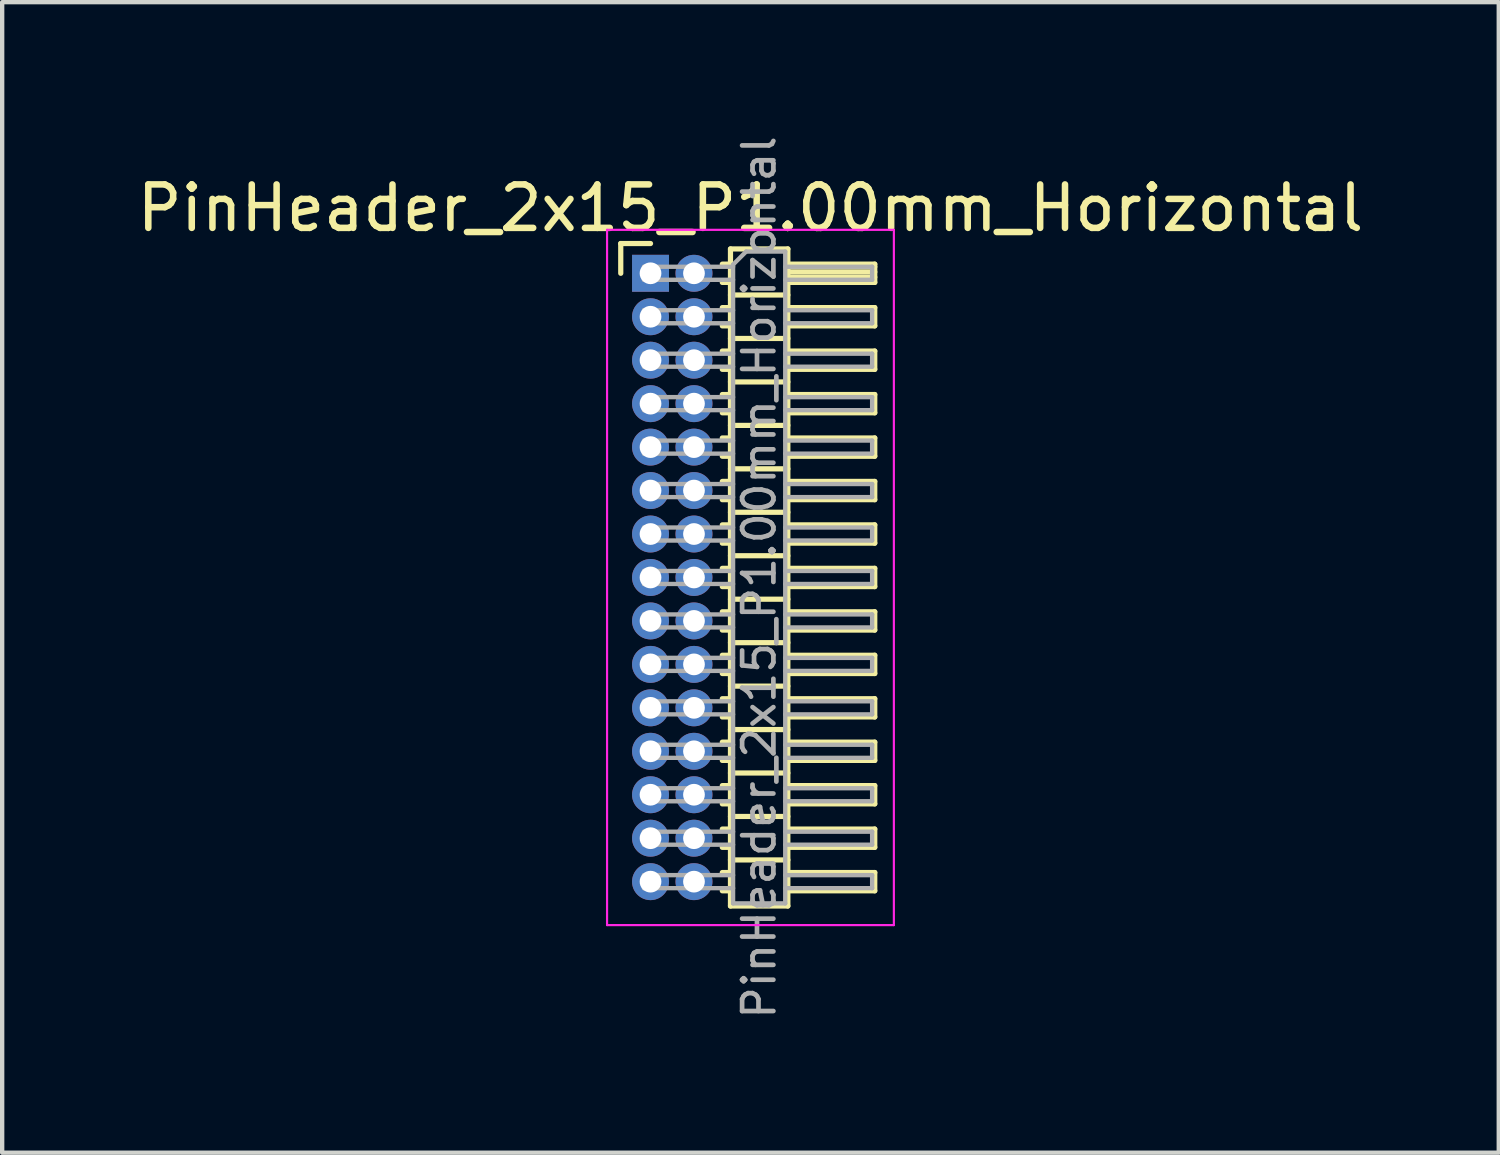
<source format=kicad_pcb>
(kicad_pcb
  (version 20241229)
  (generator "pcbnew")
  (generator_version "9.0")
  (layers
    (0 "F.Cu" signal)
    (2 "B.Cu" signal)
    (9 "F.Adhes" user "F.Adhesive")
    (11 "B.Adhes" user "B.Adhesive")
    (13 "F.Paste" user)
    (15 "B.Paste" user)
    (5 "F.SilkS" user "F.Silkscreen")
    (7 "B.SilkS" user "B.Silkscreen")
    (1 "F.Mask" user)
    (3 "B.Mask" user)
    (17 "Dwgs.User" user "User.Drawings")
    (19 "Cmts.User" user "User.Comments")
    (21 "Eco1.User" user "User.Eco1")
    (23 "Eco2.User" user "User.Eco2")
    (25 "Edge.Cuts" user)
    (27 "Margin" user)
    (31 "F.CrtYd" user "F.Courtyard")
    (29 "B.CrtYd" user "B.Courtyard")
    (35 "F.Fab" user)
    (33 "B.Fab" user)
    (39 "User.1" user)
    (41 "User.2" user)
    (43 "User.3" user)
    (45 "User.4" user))
  (footprint "PinHeader_2x15_P1.00mm_Horizontal"
    (layer "F.Cu")
    (at 11.92 3.239)
    (property "Reference" "PinHeader_2x15_P1.00mm_Horizontal" (at 2.3 -1.5 0) (layer "F.SilkS") (effects (font (size 1 1) (thickness 0.15))))
    (attr through_hole)
    (fp_line (start -0.685 -0.685) (end 0 -0.685) (stroke (width 0.12) (type solid)) (layer "F.SilkS"))
    (fp_line (start -0.685 0) (end -0.685 -0.685) (stroke (width 0.12) (type solid)) (layer "F.SilkS"))
    (fp_line (start 1.652 -0.21) (end 1.84 -0.21) (stroke (width 0.12) (type solid)) (layer "F.SilkS"))
    (fp_line (start 1.652 0.21) (end 1.84 0.21) (stroke (width 0.12) (type solid)) (layer "F.SilkS"))
    (fp_line (start 1.652 0.79) (end 1.84 0.79) (stroke (width 0.12) (type solid)) (layer "F.SilkS"))
    (fp_line (start 1.652 1.21) (end 1.84 1.21) (stroke (width 0.12) (type solid)) (layer "F.SilkS"))
    (fp_line (start 1.652 1.79) (end 1.84 1.79) (stroke (width 0.12) (type solid)) (layer "F.SilkS"))
    (fp_line (start 1.652 2.21) (end 1.84 2.21) (stroke (width 0.12) (type solid)) (layer "F.SilkS"))
    (fp_line (start 1.652 2.79) (end 1.84 2.79) (stroke (width 0.12) (type solid)) (layer "F.SilkS"))
    (fp_line (start 1.652 3.21) (end 1.84 3.21) (stroke (width 0.12) (type solid)) (layer "F.SilkS"))
    (fp_line (start 1.652 3.79) (end 1.84 3.79) (stroke (width 0.12) (type solid)) (layer "F.SilkS"))
    (fp_line (start 1.652 4.21) (end 1.84 4.21) (stroke (width 0.12) (type solid)) (layer "F.SilkS"))
    (fp_line (start 1.652 4.79) (end 1.84 4.79) (stroke (width 0.12) (type solid)) (layer "F.SilkS"))
    (fp_line (start 1.652 5.21) (end 1.84 5.21) (stroke (width 0.12) (type solid)) (layer "F.SilkS"))
    (fp_line (start 1.652 5.79) (end 1.84 5.79) (stroke (width 0.12) (type solid)) (layer "F.SilkS"))
    (fp_line (start 1.652 6.21) (end 1.84 6.21) (stroke (width 0.12) (type solid)) (layer "F.SilkS"))
    (fp_line (start 1.652 6.79) (end 1.84 6.79) (stroke (width 0.12) (type solid)) (layer "F.SilkS"))
    (fp_line (start 1.652 7.21) (end 1.84 7.21) (stroke (width 0.12) (type solid)) (layer "F.SilkS"))
    (fp_line (start 1.652 7.79) (end 1.84 7.79) (stroke (width 0.12) (type solid)) (layer "F.SilkS"))
    (fp_line (start 1.652 8.21) (end 1.84 8.21) (stroke (width 0.12) (type solid)) (layer "F.SilkS"))
    (fp_line (start 1.652 8.79) (end 1.84 8.79) (stroke (width 0.12) (type solid)) (layer "F.SilkS"))
    (fp_line (start 1.652 9.21) (end 1.84 9.21) (stroke (width 0.12) (type solid)) (layer "F.SilkS"))
    (fp_line (start 1.652 9.79) (end 1.84 9.79) (stroke (width 0.12) (type solid)) (layer "F.SilkS"))
    (fp_line (start 1.652 10.21) (end 1.84 10.21) (stroke (width 0.12) (type solid)) (layer "F.SilkS"))
    (fp_line (start 1.652 10.79) (end 1.84 10.79) (stroke (width 0.12) (type solid)) (layer "F.SilkS"))
    (fp_line (start 1.652 11.21) (end 1.84 11.21) (stroke (width 0.12) (type solid)) (layer "F.SilkS"))
    (fp_line (start 1.652 11.79) (end 1.84 11.79) (stroke (width 0.12) (type solid)) (layer "F.SilkS"))
    (fp_line (start 1.652 12.21) (end 1.84 12.21) (stroke (width 0.12) (type solid)) (layer "F.SilkS"))
    (fp_line (start 1.652 12.79) (end 1.84 12.79) (stroke (width 0.12) (type solid)) (layer "F.SilkS"))
    (fp_line (start 1.652 13.21) (end 1.84 13.21) (stroke (width 0.12) (type solid)) (layer "F.SilkS"))
    (fp_line (start 1.652 13.79) (end 1.84 13.79) (stroke (width 0.12) (type solid)) (layer "F.SilkS"))
    (fp_line (start 1.652 14.21) (end 1.84 14.21) (stroke (width 0.12) (type solid)) (layer "F.SilkS"))
    (fp_line (start 1.84 -0.56) (end 1.84 14.56) (stroke (width 0.12) (type solid)) (layer "F.SilkS"))
    (fp_line (start 1.84 0.5) (end 3.16 0.5) (stroke (width 0.12) (type solid)) (layer "F.SilkS"))
    (fp_line (start 1.84 1.5) (end 3.16 1.5) (stroke (width 0.12) (type solid)) (layer "F.SilkS"))
    (fp_line (start 1.84 2.5) (end 3.16 2.5) (stroke (width 0.12) (type solid)) (layer "F.SilkS"))
    (fp_line (start 1.84 3.5) (end 3.16 3.5) (stroke (width 0.12) (type solid)) (layer "F.SilkS"))
    (fp_line (start 1.84 4.5) (end 3.16 4.5) (stroke (width 0.12) (type solid)) (layer "F.SilkS"))
    (fp_line (start 1.84 5.5) (end 3.16 5.5) (stroke (width 0.12) (type solid)) (layer "F.SilkS"))
    (fp_line (start 1.84 6.5) (end 3.16 6.5) (stroke (width 0.12) (type solid)) (layer "F.SilkS"))
    (fp_line (start 1.84 7.5) (end 3.16 7.5) (stroke (width 0.12) (type solid)) (layer "F.SilkS"))
    (fp_line (start 1.84 8.5) (end 3.16 8.5) (stroke (width 0.12) (type solid)) (layer "F.SilkS"))
    (fp_line (start 1.84 9.5) (end 3.16 9.5) (stroke (width 0.12) (type solid)) (layer "F.SilkS"))
    (fp_line (start 1.84 10.5) (end 3.16 10.5) (stroke (width 0.12) (type solid)) (layer "F.SilkS"))
    (fp_line (start 1.84 11.5) (end 3.16 11.5) (stroke (width 0.12) (type solid)) (layer "F.SilkS"))
    (fp_line (start 1.84 12.5) (end 3.16 12.5) (stroke (width 0.12) (type solid)) (layer "F.SilkS"))
    (fp_line (start 1.84 13.5) (end 3.16 13.5) (stroke (width 0.12) (type solid)) (layer "F.SilkS"))
    (fp_line (start 1.84 14.56) (end 3.16 14.56) (stroke (width 0.12) (type solid)) (layer "F.SilkS"))
    (fp_line (start 3.16 -0.56) (end 1.84 -0.56) (stroke (width 0.12) (type solid)) (layer "F.SilkS"))
    (fp_line (start 3.16 -0.21) (end 5.16 -0.21) (stroke (width 0.12) (type solid)) (layer "F.SilkS"))
    (fp_line (start 3.16 -0.15) (end 5.16 -0.15) (stroke (width 0.12) (type solid)) (layer "F.SilkS"))
    (fp_line (start 3.16 -0.03) (end 5.16 -0.03) (stroke (width 0.12) (type solid)) (layer "F.SilkS"))
    (fp_line (start 3.16 0.09) (end 5.16 0.09) (stroke (width 0.12) (type solid)) (layer "F.SilkS"))
    (fp_line (start 3.16 0.79) (end 5.16 0.79) (stroke (width 0.12) (type solid)) (layer "F.SilkS"))
    (fp_line (start 3.16 1.79) (end 5.16 1.79) (stroke (width 0.12) (type solid)) (layer "F.SilkS"))
    (fp_line (start 3.16 2.79) (end 5.16 2.79) (stroke (width 0.12) (type solid)) (layer "F.SilkS"))
    (fp_line (start 3.16 3.79) (end 5.16 3.79) (stroke (width 0.12) (type solid)) (layer "F.SilkS"))
    (fp_line (start 3.16 4.79) (end 5.16 4.79) (stroke (width 0.12) (type solid)) (layer "F.SilkS"))
    (fp_line (start 3.16 5.79) (end 5.16 5.79) (stroke (width 0.12) (type solid)) (layer "F.SilkS"))
    (fp_line (start 3.16 6.79) (end 5.16 6.79) (stroke (width 0.12) (type solid)) (layer "F.SilkS"))
    (fp_line (start 3.16 7.79) (end 5.16 7.79) (stroke (width 0.12) (type solid)) (layer "F.SilkS"))
    (fp_line (start 3.16 8.79) (end 5.16 8.79) (stroke (width 0.12) (type solid)) (layer "F.SilkS"))
    (fp_line (start 3.16 9.79) (end 5.16 9.79) (stroke (width 0.12) (type solid)) (layer "F.SilkS"))
    (fp_line (start 3.16 10.79) (end 5.16 10.79) (stroke (width 0.12) (type solid)) (layer "F.SilkS"))
    (fp_line (start 3.16 11.79) (end 5.16 11.79) (stroke (width 0.12) (type solid)) (layer "F.SilkS"))
    (fp_line (start 3.16 12.79) (end 5.16 12.79) (stroke (width 0.12) (type solid)) (layer "F.SilkS"))
    (fp_line (start 3.16 13.79) (end 5.16 13.79) (stroke (width 0.12) (type solid)) (layer "F.SilkS"))
    (fp_line (start 3.16 14.56) (end 3.16 -0.56) (stroke (width 0.12) (type solid)) (layer "F.SilkS"))
    (fp_line (start 5.16 -0.21) (end 5.16 0.21) (stroke (width 0.12) (type solid)) (layer "F.SilkS"))
    (fp_line (start 5.16 0.21) (end 3.16 0.21) (stroke (width 0.12) (type solid)) (layer "F.SilkS"))
    (fp_line (start 5.16 0.79) (end 5.16 1.21) (stroke (width 0.12) (type solid)) (layer "F.SilkS"))
    (fp_line (start 5.16 1.21) (end 3.16 1.21) (stroke (width 0.12) (type solid)) (layer "F.SilkS"))
    (fp_line (start 5.16 1.79) (end 5.16 2.21) (stroke (width 0.12) (type solid)) (layer "F.SilkS"))
    (fp_line (start 5.16 2.21) (end 3.16 2.21) (stroke (width 0.12) (type solid)) (layer "F.SilkS"))
    (fp_line (start 5.16 2.79) (end 5.16 3.21) (stroke (width 0.12) (type solid)) (layer "F.SilkS"))
    (fp_line (start 5.16 3.21) (end 3.16 3.21) (stroke (width 0.12) (type solid)) (layer "F.SilkS"))
    (fp_line (start 5.16 3.79) (end 5.16 4.21) (stroke (width 0.12) (type solid)) (layer "F.SilkS"))
    (fp_line (start 5.16 4.21) (end 3.16 4.21) (stroke (width 0.12) (type solid)) (layer "F.SilkS"))
    (fp_line (start 5.16 4.79) (end 5.16 5.21) (stroke (width 0.12) (type solid)) (layer "F.SilkS"))
    (fp_line (start 5.16 5.21) (end 3.16 5.21) (stroke (width 0.12) (type solid)) (layer "F.SilkS"))
    (fp_line (start 5.16 5.79) (end 5.16 6.21) (stroke (width 0.12) (type solid)) (layer "F.SilkS"))
    (fp_line (start 5.16 6.21) (end 3.16 6.21) (stroke (width 0.12) (type solid)) (layer "F.SilkS"))
    (fp_line (start 5.16 6.79) (end 5.16 7.21) (stroke (width 0.12) (type solid)) (layer "F.SilkS"))
    (fp_line (start 5.16 7.21) (end 3.16 7.21) (stroke (width 0.12) (type solid)) (layer "F.SilkS"))
    (fp_line (start 5.16 7.79) (end 5.16 8.21) (stroke (width 0.12) (type solid)) (layer "F.SilkS"))
    (fp_line (start 5.16 8.21) (end 3.16 8.21) (stroke (width 0.12) (type solid)) (layer "F.SilkS"))
    (fp_line (start 5.16 8.79) (end 5.16 9.21) (stroke (width 0.12) (type solid)) (layer "F.SilkS"))
    (fp_line (start 5.16 9.21) (end 3.16 9.21) (stroke (width 0.12) (type solid)) (layer "F.SilkS"))
    (fp_line (start 5.16 9.79) (end 5.16 10.21) (stroke (width 0.12) (type solid)) (layer "F.SilkS"))
    (fp_line (start 5.16 10.21) (end 3.16 10.21) (stroke (width 0.12) (type solid)) (layer "F.SilkS"))
    (fp_line (start 5.16 10.79) (end 5.16 11.21) (stroke (width 0.12) (type solid)) (layer "F.SilkS"))
    (fp_line (start 5.16 11.21) (end 3.16 11.21) (stroke (width 0.12) (type solid)) (layer "F.SilkS"))
    (fp_line (start 5.16 11.79) (end 5.16 12.21) (stroke (width 0.12) (type solid)) (layer "F.SilkS"))
    (fp_line (start 5.16 12.21) (end 3.16 12.21) (stroke (width 0.12) (type solid)) (layer "F.SilkS"))
    (fp_line (start 5.16 12.79) (end 5.16 13.21) (stroke (width 0.12) (type solid)) (layer "F.SilkS"))
    (fp_line (start 5.16 13.21) (end 3.16 13.21) (stroke (width 0.12) (type solid)) (layer "F.SilkS"))
    (fp_line (start 5.16 13.79) (end 5.16 14.21) (stroke (width 0.12) (type solid)) (layer "F.SilkS"))
    (fp_line (start 5.16 14.21) (end 3.16 14.21) (stroke (width 0.12) (type solid)) (layer "F.SilkS"))
    (fp_line (start -1 -1) (end -1 15) (stroke (width 0.05) (type solid)) (layer "F.CrtYd"))
    (fp_line (start -1 15) (end 5.6 15) (stroke (width 0.05) (type solid)) (layer "F.CrtYd"))
    (fp_line (start 5.6 -1) (end -1 -1) (stroke (width 0.05) (type solid)) (layer "F.CrtYd"))
    (fp_line (start 5.6 15) (end 5.6 -1) (stroke (width 0.05) (type solid)) (layer "F.CrtYd"))
    (fp_line (start -0.15 -0.15) (end -0.15 0.15) (stroke (width 0.1) (type solid)) (layer "F.Fab"))
    (fp_line (start -0.15 -0.15) (end 1.9 -0.15) (stroke (width 0.1) (type solid)) (layer "F.Fab"))
    (fp_line (start -0.15 0.15) (end 1.9 0.15) (stroke (width 0.1) (type solid)) (layer "F.Fab"))
    (fp_line (start -0.15 0.85) (end -0.15 1.15) (stroke (width 0.1) (type solid)) (layer "F.Fab"))
    (fp_line (start -0.15 0.85) (end 1.9 0.85) (stroke (width 0.1) (type solid)) (layer "F.Fab"))
    (fp_line (start -0.15 1.15) (end 1.9 1.15) (stroke (width 0.1) (type solid)) (layer "F.Fab"))
    (fp_line (start -0.15 1.85) (end -0.15 2.15) (stroke (width 0.1) (type solid)) (layer "F.Fab"))
    (fp_line (start -0.15 1.85) (end 1.9 1.85) (stroke (width 0.1) (type solid)) (layer "F.Fab"))
    (fp_line (start -0.15 2.15) (end 1.9 2.15) (stroke (width 0.1) (type solid)) (layer "F.Fab"))
    (fp_line (start -0.15 2.85) (end -0.15 3.15) (stroke (width 0.1) (type solid)) (layer "F.Fab"))
    (fp_line (start -0.15 2.85) (end 1.9 2.85) (stroke (width 0.1) (type solid)) (layer "F.Fab"))
    (fp_line (start -0.15 3.15) (end 1.9 3.15) (stroke (width 0.1) (type solid)) (layer "F.Fab"))
    (fp_line (start -0.15 3.85) (end -0.15 4.15) (stroke (width 0.1) (type solid)) (layer "F.Fab"))
    (fp_line (start -0.15 3.85) (end 1.9 3.85) (stroke (width 0.1) (type solid)) (layer "F.Fab"))
    (fp_line (start -0.15 4.15) (end 1.9 4.15) (stroke (width 0.1) (type solid)) (layer "F.Fab"))
    (fp_line (start -0.15 4.85) (end -0.15 5.15) (stroke (width 0.1) (type solid)) (layer "F.Fab"))
    (fp_line (start -0.15 4.85) (end 1.9 4.85) (stroke (width 0.1) (type solid)) (layer "F.Fab"))
    (fp_line (start -0.15 5.15) (end 1.9 5.15) (stroke (width 0.1) (type solid)) (layer "F.Fab"))
    (fp_line (start -0.15 5.85) (end -0.15 6.15) (stroke (width 0.1) (type solid)) (layer "F.Fab"))
    (fp_line (start -0.15 5.85) (end 1.9 5.85) (stroke (width 0.1) (type solid)) (layer "F.Fab"))
    (fp_line (start -0.15 6.15) (end 1.9 6.15) (stroke (width 0.1) (type solid)) (layer "F.Fab"))
    (fp_line (start -0.15 6.85) (end -0.15 7.15) (stroke (width 0.1) (type solid)) (layer "F.Fab"))
    (fp_line (start -0.15 6.85) (end 1.9 6.85) (stroke (width 0.1) (type solid)) (layer "F.Fab"))
    (fp_line (start -0.15 7.15) (end 1.9 7.15) (stroke (width 0.1) (type solid)) (layer "F.Fab"))
    (fp_line (start -0.15 7.85) (end -0.15 8.15) (stroke (width 0.1) (type solid)) (layer "F.Fab"))
    (fp_line (start -0.15 7.85) (end 1.9 7.85) (stroke (width 0.1) (type solid)) (layer "F.Fab"))
    (fp_line (start -0.15 8.15) (end 1.9 8.15) (stroke (width 0.1) (type solid)) (layer "F.Fab"))
    (fp_line (start -0.15 8.85) (end -0.15 9.15) (stroke (width 0.1) (type solid)) (layer "F.Fab"))
    (fp_line (start -0.15 8.85) (end 1.9 8.85) (stroke (width 0.1) (type solid)) (layer "F.Fab"))
    (fp_line (start -0.15 9.15) (end 1.9 9.15) (stroke (width 0.1) (type solid)) (layer "F.Fab"))
    (fp_line (start -0.15 9.85) (end -0.15 10.15) (stroke (width 0.1) (type solid)) (layer "F.Fab"))
    (fp_line (start -0.15 9.85) (end 1.9 9.85) (stroke (width 0.1) (type solid)) (layer "F.Fab"))
    (fp_line (start -0.15 10.15) (end 1.9 10.15) (stroke (width 0.1) (type solid)) (layer "F.Fab"))
    (fp_line (start -0.15 10.85) (end -0.15 11.15) (stroke (width 0.1) (type solid)) (layer "F.Fab"))
    (fp_line (start -0.15 10.85) (end 1.9 10.85) (stroke (width 0.1) (type solid)) (layer "F.Fab"))
    (fp_line (start -0.15 11.15) (end 1.9 11.15) (stroke (width 0.1) (type solid)) (layer "F.Fab"))
    (fp_line (start -0.15 11.85) (end -0.15 12.15) (stroke (width 0.1) (type solid)) (layer "F.Fab"))
    (fp_line (start -0.15 11.85) (end 1.9 11.85) (stroke (width 0.1) (type solid)) (layer "F.Fab"))
    (fp_line (start -0.15 12.15) (end 1.9 12.15) (stroke (width 0.1) (type solid)) (layer "F.Fab"))
    (fp_line (start -0.15 12.85) (end -0.15 13.15) (stroke (width 0.1) (type solid)) (layer "F.Fab"))
    (fp_line (start -0.15 12.85) (end 1.9 12.85) (stroke (width 0.1) (type solid)) (layer "F.Fab"))
    (fp_line (start -0.15 13.15) (end 1.9 13.15) (stroke (width 0.1) (type solid)) (layer "F.Fab"))
    (fp_line (start -0.15 13.85) (end -0.15 14.15) (stroke (width 0.1) (type solid)) (layer "F.Fab"))
    (fp_line (start -0.15 13.85) (end 1.9 13.85) (stroke (width 0.1) (type solid)) (layer "F.Fab"))
    (fp_line (start -0.15 14.15) (end 1.9 14.15) (stroke (width 0.1) (type solid)) (layer "F.Fab"))
    (fp_line (start 1.9 -0.2) (end 2.2 -0.5) (stroke (width 0.1) (type solid)) (layer "F.Fab"))
    (fp_line (start 1.9 14.5) (end 1.9 -0.2) (stroke (width 0.1) (type solid)) (layer "F.Fab"))
    (fp_line (start 2.2 -0.5) (end 3.1 -0.5) (stroke (width 0.1) (type solid)) (layer "F.Fab"))
    (fp_line (start 3.1 -0.5) (end 3.1 14.5) (stroke (width 0.1) (type solid)) (layer "F.Fab"))
    (fp_line (start 3.1 -0.15) (end 5.1 -0.15) (stroke (width 0.1) (type solid)) (layer "F.Fab"))
    (fp_line (start 3.1 0.15) (end 5.1 0.15) (stroke (width 0.1) (type solid)) (layer "F.Fab"))
    (fp_line (start 3.1 0.85) (end 5.1 0.85) (stroke (width 0.1) (type solid)) (layer "F.Fab"))
    (fp_line (start 3.1 1.15) (end 5.1 1.15) (stroke (width 0.1) (type solid)) (layer "F.Fab"))
    (fp_line (start 3.1 1.85) (end 5.1 1.85) (stroke (width 0.1) (type solid)) (layer "F.Fab"))
    (fp_line (start 3.1 2.15) (end 5.1 2.15) (stroke (width 0.1) (type solid)) (layer "F.Fab"))
    (fp_line (start 3.1 2.85) (end 5.1 2.85) (stroke (width 0.1) (type solid)) (layer "F.Fab"))
    (fp_line (start 3.1 3.15) (end 5.1 3.15) (stroke (width 0.1) (type solid)) (layer "F.Fab"))
    (fp_line (start 3.1 3.85) (end 5.1 3.85) (stroke (width 0.1) (type solid)) (layer "F.Fab"))
    (fp_line (start 3.1 4.15) (end 5.1 4.15) (stroke (width 0.1) (type solid)) (layer "F.Fab"))
    (fp_line (start 3.1 4.85) (end 5.1 4.85) (stroke (width 0.1) (type solid)) (layer "F.Fab"))
    (fp_line (start 3.1 5.15) (end 5.1 5.15) (stroke (width 0.1) (type solid)) (layer "F.Fab"))
    (fp_line (start 3.1 5.85) (end 5.1 5.85) (stroke (width 0.1) (type solid)) (layer "F.Fab"))
    (fp_line (start 3.1 6.15) (end 5.1 6.15) (stroke (width 0.1) (type solid)) (layer "F.Fab"))
    (fp_line (start 3.1 6.85) (end 5.1 6.85) (stroke (width 0.1) (type solid)) (layer "F.Fab"))
    (fp_line (start 3.1 7.15) (end 5.1 7.15) (stroke (width 0.1) (type solid)) (layer "F.Fab"))
    (fp_line (start 3.1 7.85) (end 5.1 7.85) (stroke (width 0.1) (type solid)) (layer "F.Fab"))
    (fp_line (start 3.1 8.15) (end 5.1 8.15) (stroke (width 0.1) (type solid)) (layer "F.Fab"))
    (fp_line (start 3.1 8.85) (end 5.1 8.85) (stroke (width 0.1) (type solid)) (layer "F.Fab"))
    (fp_line (start 3.1 9.15) (end 5.1 9.15) (stroke (width 0.1) (type solid)) (layer "F.Fab"))
    (fp_line (start 3.1 9.85) (end 5.1 9.85) (stroke (width 0.1) (type solid)) (layer "F.Fab"))
    (fp_line (start 3.1 10.15) (end 5.1 10.15) (stroke (width 0.1) (type solid)) (layer "F.Fab"))
    (fp_line (start 3.1 10.85) (end 5.1 10.85) (stroke (width 0.1) (type solid)) (layer "F.Fab"))
    (fp_line (start 3.1 11.15) (end 5.1 11.15) (stroke (width 0.1) (type solid)) (layer "F.Fab"))
    (fp_line (start 3.1 11.85) (end 5.1 11.85) (stroke (width 0.1) (type solid)) (layer "F.Fab"))
    (fp_line (start 3.1 12.15) (end 5.1 12.15) (stroke (width 0.1) (type solid)) (layer "F.Fab"))
    (fp_line (start 3.1 12.85) (end 5.1 12.85) (stroke (width 0.1) (type solid)) (layer "F.Fab"))
    (fp_line (start 3.1 13.15) (end 5.1 13.15) (stroke (width 0.1) (type solid)) (layer "F.Fab"))
    (fp_line (start 3.1 13.85) (end 5.1 13.85) (stroke (width 0.1) (type solid)) (layer "F.Fab"))
    (fp_line (start 3.1 14.15) (end 5.1 14.15) (stroke (width 0.1) (type solid)) (layer "F.Fab"))
    (fp_line (start 3.1 14.5) (end 1.9 14.5) (stroke (width 0.1) (type solid)) (layer "F.Fab"))
    (fp_line (start 5.1 -0.15) (end 5.1 0.15) (stroke (width 0.1) (type solid)) (layer "F.Fab"))
    (fp_line (start 5.1 0.85) (end 5.1 1.15) (stroke (width 0.1) (type solid)) (layer "F.Fab"))
    (fp_line (start 5.1 1.85) (end 5.1 2.15) (stroke (width 0.1) (type solid)) (layer "F.Fab"))
    (fp_line (start 5.1 2.85) (end 5.1 3.15) (stroke (width 0.1) (type solid)) (layer "F.Fab"))
    (fp_line (start 5.1 3.85) (end 5.1 4.15) (stroke (width 0.1) (type solid)) (layer "F.Fab"))
    (fp_line (start 5.1 4.85) (end 5.1 5.15) (stroke (width 0.1) (type solid)) (layer "F.Fab"))
    (fp_line (start 5.1 5.85) (end 5.1 6.15) (stroke (width 0.1) (type solid)) (layer "F.Fab"))
    (fp_line (start 5.1 6.85) (end 5.1 7.15) (stroke (width 0.1) (type solid)) (layer "F.Fab"))
    (fp_line (start 5.1 7.85) (end 5.1 8.15) (stroke (width 0.1) (type solid)) (layer "F.Fab"))
    (fp_line (start 5.1 8.85) (end 5.1 9.15) (stroke (width 0.1) (type solid)) (layer "F.Fab"))
    (fp_line (start 5.1 9.85) (end 5.1 10.15) (stroke (width 0.1) (type solid)) (layer "F.Fab"))
    (fp_line (start 5.1 10.85) (end 5.1 11.15) (stroke (width 0.1) (type solid)) (layer "F.Fab"))
    (fp_line (start 5.1 11.85) (end 5.1 12.15) (stroke (width 0.1) (type solid)) (layer "F.Fab"))
    (fp_line (start 5.1 12.85) (end 5.1 13.15) (stroke (width 0.1) (type solid)) (layer "F.Fab"))
    (fp_line (start 5.1 13.85) (end 5.1 14.15) (stroke (width 0.1) (type solid)) (layer "F.Fab"))
    (fp_text user "${REFERENCE}" (at 2.5 7 90) (layer "F.Fab") (effects (font (size 0.72 0.72) (thickness 0.108))))
    (pad "1" thru_hole rect (at 0 0) (size 0.85 0.85) (drill 0.5) (layers "*.Cu" "*.Mask"))
    (pad "2" thru_hole oval (at 1 0) (size 0.85 0.85) (drill 0.5) (layers "*.Cu" "*.Mask"))
    (pad "3" thru_hole oval (at 0 1) (size 0.85 0.85) (drill 0.5) (layers "*.Cu" "*.Mask"))
    (pad "4" thru_hole oval (at 1 1) (size 0.85 0.85) (drill 0.5) (layers "*.Cu" "*.Mask"))
    (pad "5" thru_hole oval (at 0 2) (size 0.85 0.85) (drill 0.5) (layers "*.Cu" "*.Mask"))
    (pad "6" thru_hole oval (at 1 2) (size 0.85 0.85) (drill 0.5) (layers "*.Cu" "*.Mask"))
    (pad "7" thru_hole oval (at 0 3) (size 0.85 0.85) (drill 0.5) (layers "*.Cu" "*.Mask"))
    (pad "8" thru_hole oval (at 1 3) (size 0.85 0.85) (drill 0.5) (layers "*.Cu" "*.Mask"))
    (pad "9" thru_hole oval (at 0 4) (size 0.85 0.85) (drill 0.5) (layers "*.Cu" "*.Mask"))
    (pad "10" thru_hole oval (at 1 4) (size 0.85 0.85) (drill 0.5) (layers "*.Cu" "*.Mask"))
    (pad "11" thru_hole oval (at 0 5) (size 0.85 0.85) (drill 0.5) (layers "*.Cu" "*.Mask"))
    (pad "12" thru_hole oval (at 1 5) (size 0.85 0.85) (drill 0.5) (layers "*.Cu" "*.Mask"))
    (pad "13" thru_hole oval (at 0 6) (size 0.85 0.85) (drill 0.5) (layers "*.Cu" "*.Mask"))
    (pad "14" thru_hole oval (at 1 6) (size 0.85 0.85) (drill 0.5) (layers "*.Cu" "*.Mask"))
    (pad "15" thru_hole oval (at 0 7) (size 0.85 0.85) (drill 0.5) (layers "*.Cu" "*.Mask"))
    (pad "16" thru_hole oval (at 1 7) (size 0.85 0.85) (drill 0.5) (layers "*.Cu" "*.Mask"))
    (pad "17" thru_hole oval (at 0 8) (size 0.85 0.85) (drill 0.5) (layers "*.Cu" "*.Mask"))
    (pad "18" thru_hole oval (at 1 8) (size 0.85 0.85) (drill 0.5) (layers "*.Cu" "*.Mask"))
    (pad "19" thru_hole oval (at 0 9) (size 0.85 0.85) (drill 0.5) (layers "*.Cu" "*.Mask"))
    (pad "20" thru_hole oval (at 1 9) (size 0.85 0.85) (drill 0.5) (layers "*.Cu" "*.Mask"))
    (pad "21" thru_hole oval (at 0 10) (size 0.85 0.85) (drill 0.5) (layers "*.Cu" "*.Mask"))
    (pad "22" thru_hole oval (at 1 10) (size 0.85 0.85) (drill 0.5) (layers "*.Cu" "*.Mask"))
    (pad "23" thru_hole oval (at 0 11) (size 0.85 0.85) (drill 0.5) (layers "*.Cu" "*.Mask"))
    (pad "24" thru_hole oval (at 1 11) (size 0.85 0.85) (drill 0.5) (layers "*.Cu" "*.Mask"))
    (pad "25" thru_hole oval (at 0 12) (size 0.85 0.85) (drill 0.5) (layers "*.Cu" "*.Mask"))
    (pad "26" thru_hole oval (at 1 12) (size 0.85 0.85) (drill 0.5) (layers "*.Cu" "*.Mask"))
    (pad "27" thru_hole oval (at 0 13) (size 0.85 0.85) (drill 0.5) (layers "*.Cu" "*.Mask"))
    (pad "28" thru_hole oval (at 1 13) (size 0.85 0.85) (drill 0.5) (layers "*.Cu" "*.Mask"))
    (pad "29" thru_hole oval (at 0 14) (size 0.85 0.85) (drill 0.5) (layers "*.Cu" "*.Mask"))
    (pad "30" thru_hole oval (at 1 14) (size 0.85 0.85) (drill 0.5) (layers "*.Cu" "*.Mask")))
  (gr_rect
    (start -3 -3)
    (end 31.44 23.477)
    (stroke (width 0.1) (type default))
    (fill no)
    (layer "Edge.Cuts")))
</source>
